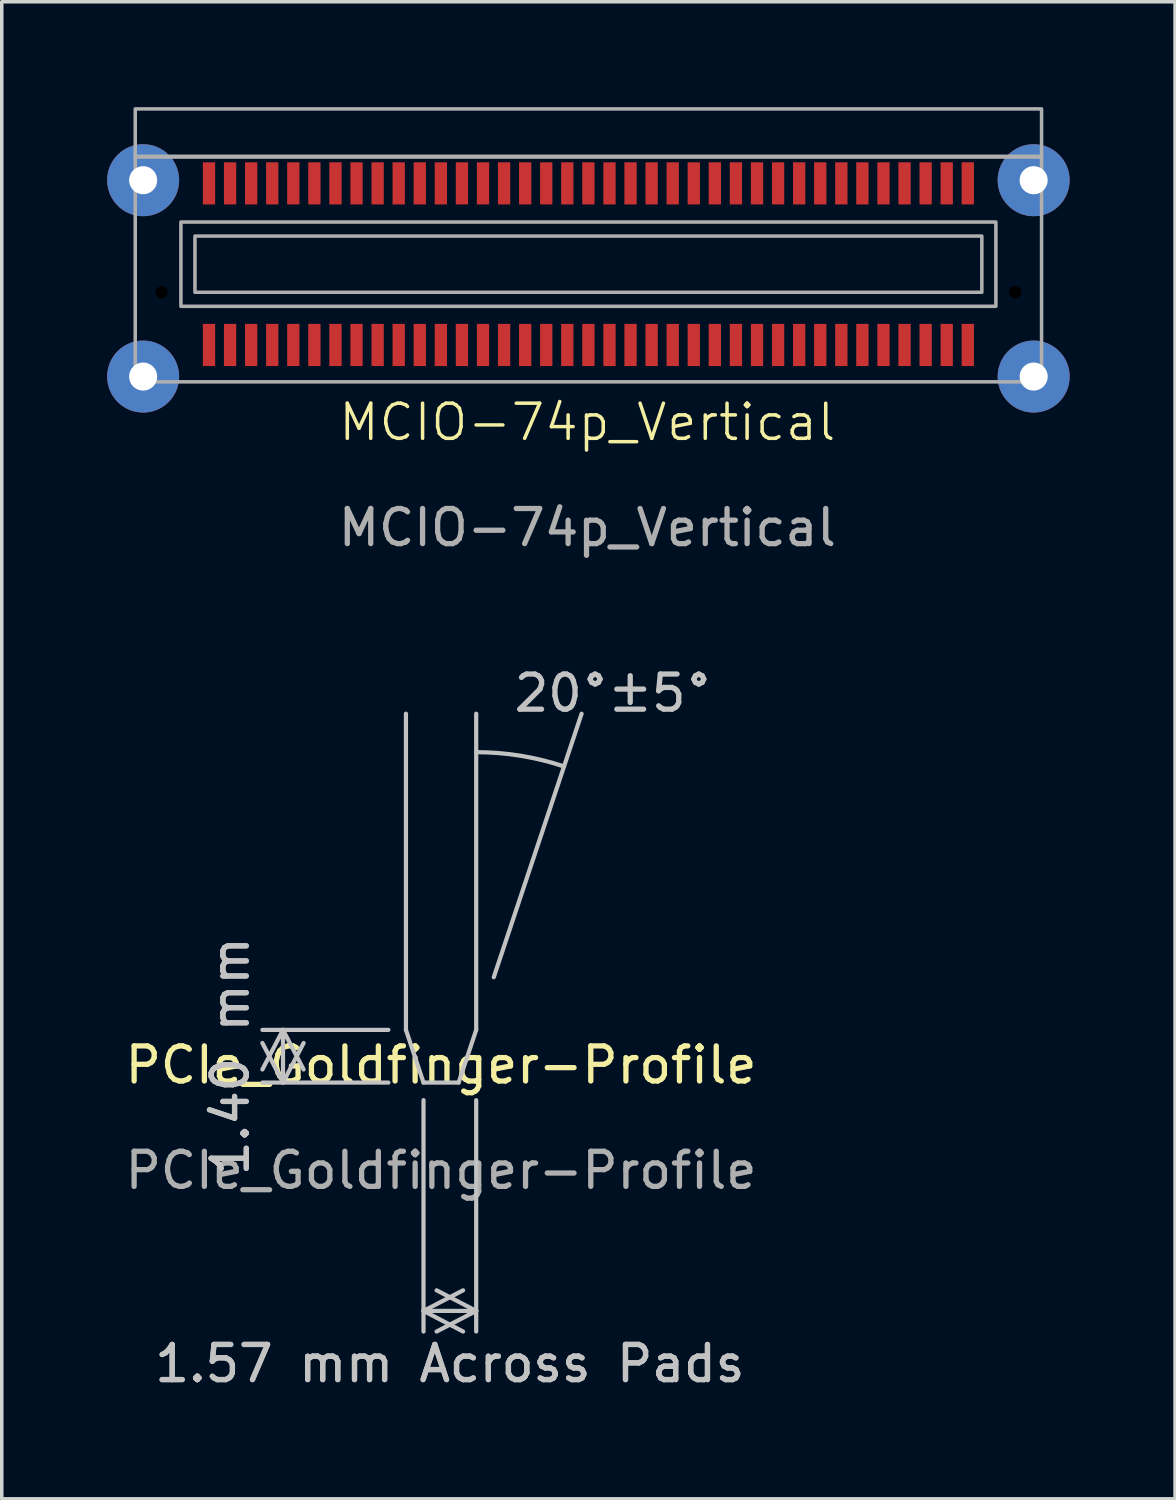
<source format=kicad_pcb>
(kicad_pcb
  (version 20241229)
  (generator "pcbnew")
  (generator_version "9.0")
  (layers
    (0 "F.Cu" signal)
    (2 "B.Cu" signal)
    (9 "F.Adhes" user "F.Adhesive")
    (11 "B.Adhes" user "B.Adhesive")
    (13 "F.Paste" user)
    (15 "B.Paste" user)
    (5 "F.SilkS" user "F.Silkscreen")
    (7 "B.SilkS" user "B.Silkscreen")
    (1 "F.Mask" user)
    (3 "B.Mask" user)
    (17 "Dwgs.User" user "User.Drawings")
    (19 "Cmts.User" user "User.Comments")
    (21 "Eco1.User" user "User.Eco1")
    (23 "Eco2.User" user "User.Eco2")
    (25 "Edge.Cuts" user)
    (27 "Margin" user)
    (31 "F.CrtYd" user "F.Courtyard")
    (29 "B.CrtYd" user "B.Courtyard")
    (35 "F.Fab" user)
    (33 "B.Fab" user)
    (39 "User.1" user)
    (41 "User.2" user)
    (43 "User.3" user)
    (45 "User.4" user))
  (footprint "PCIe_Goldfinger-Profile"
    (layer "F.Cu")
    (at 9.506 27.768)
    (property "Reference" "PCIe_Goldfinger-Profile" (at 0 -0.5 0) (unlocked yes) (layer "F.SilkS") (effects (font (size 1 1) (thickness 0.15))))
    (attr smd)
    (fp_line (start -1 -10.5) (end -1 -1.5) (stroke (width 0.12) (type default)) (layer "Dwgs.User"))
    (fp_line (start -1 -1.5) (end -0.5 0) (stroke (width 0.12) (type default)) (layer "Dwgs.User"))
    (fp_line (start -0.5 0) (end 0.5 0) (stroke (width 0.12) (type default)) (layer "Dwgs.User"))
    (fp_line (start 0.5 0) (end 1 -1.5) (stroke (width 0.12) (type default)) (layer "Dwgs.User"))
    (fp_line (start 1 -1.5) (end 1 -10.5) (stroke (width 0.12) (type default)) (layer "Dwgs.User"))
    (fp_line (start 1.5 -3) (end 4 -10.5) (stroke (width 0.12) (type default)) (layer "Dwgs.User"))
    (fp_arc (start 1 -9.405694) (mid 2.266352 -9.303611) (end 3.5 -9) (stroke (width 0.12) (type default)) (layer "Dwgs.User"))
    (fp_text user "20°±5°" (at 2 -10.5 0) (unlocked yes) (layer "Dwgs.User") (effects (font (size 1 1) (thickness 0.15)) (justify left bottom)))
    (fp_text user "${REFERENCE}" (at 0 2.5 0) (unlocked yes) (layer "F.Fab") (effects (font (size 1 1) (thickness 0.15))))
    (dimension (type orthogonal) (layer "Dwgs.User") (pts (xy 9.006 27.768) (xy 10.506 27.768)) (height 6.5) (orientation 0) (format (prefix "") (suffix " Across Pads") (units 3) (units_format 1) (precision 2) (override_value "1.57")) (style (thickness 0.12) (arrow_length 1.27) (text_position_mode 2) (arrow_direction outward) (extension_height 0.586) (extension_offset 0.5) (keep_text_aligned yes)) (gr_text "1.57 mm Across Pads" (at 9.756 35.768 0) (layer "Dwgs.User") (effects (font (size 1 1) (thickness 0.15)))))
    (dimension (type orthogonal) (layer "Dwgs.User") (pts (xy 8.506 26.268) (xy 8.506 27.768)) (height -3.5) (orientation 1) (format (prefix "") (suffix "") (units 3) (units_format 1) (precision 4) (override_value "1.40")) (style (thickness 0.12) (arrow_length 1.27) (text_position_mode 2) (arrow_direction outward) (extension_height 0.586) (extension_offset 0.5) (keep_text_aligned yes)) (gr_text "1.40 mm" (at 3.506 27.018 90) (layer "Dwgs.User") (effects (font (size 1 1) (thickness 0.15))))))
  (footprint "MCIO-74p_Vertical"
    (layer "F.Cu")
    (at 13.7 5.27)
    (property "Reference" "MCIO-74p_Vertical" (at -0.03 3.7 0) (unlocked yes) (layer "F.SilkS") (effects (font (size 1 1) (thickness 0.1))))
    (attr smd)
    (fp_rect (start -12.9 -3.85) (end 12.9 -5.22) (stroke (width 0.1) (type solid)) (fill no) (layer "F.Fab"))
    (fp_rect (start -12.9 2.55) (end 12.9 -3.87) (stroke (width 0.1) (type solid)) (fill no) (layer "F.Fab"))
    (fp_rect (start -11.6 -2) (end 11.6 0.4) (stroke (width 0.1) (type solid)) (fill no) (layer "F.Fab"))
    (fp_rect (start -11.2 -1.6) (end 11.2 0) (stroke (width 0.1) (type solid)) (fill no) (layer "F.Fab"))
    (fp_text user "${REFERENCE}" (at -0.03 6.7 0) (unlocked yes) (layer "F.Fab") (effects (font (size 1 1) (thickness 0.15))))
    (pad "" thru_hole circle (at -12.675 -3.19) (size 2.05 2.05) (drill 0.8) (layers "*.Cu" "*.Mask"))
    (pad "" thru_hole circle (at -12.675 2.4) (size 2.05 2.05) (drill 0.8) (layers "*.Cu" "*.Mask"))
    (pad "" np_thru_hole circle (at -12.15 0) (size 0.35 0.35) (drill 1.3) (layers "*.Mask"))
    (pad "" np_thru_hole circle (at 12.15 0) (size 0.35 0.35) (drill 1.3) (layers "*.Mask"))
    (pad "" thru_hole circle (at 12.675 -3.19) (size 2.05 2.05) (drill 0.8) (layers "*.Cu" "*.Mask"))
    (pad "" thru_hole circle (at 12.675 2.4) (size 2.05 2.05) (drill 0.8) (layers "*.Cu" "*.Mask"))
    (pad "A1" smd rect (at -10.8 1.5) (size 0.35 1.2) (layers "F.Cu" "F.Mask" "F.Paste"))
    (pad "A2" smd rect (at -10.2 1.5) (size 0.35 1.2) (layers "F.Cu" "F.Mask" "F.Paste"))
    (pad "A3" smd rect (at -9.6 1.5) (size 0.35 1.2) (layers "F.Cu" "F.Mask" "F.Paste"))
    (pad "A4" smd rect (at -9 1.5) (size 0.35 1.2) (layers "F.Cu" "F.Mask" "F.Paste"))
    (pad "A5" smd rect (at -8.4 1.5) (size 0.35 1.2) (layers "F.Cu" "F.Mask" "F.Paste"))
    (pad "A6" smd rect (at -7.8 1.5) (size 0.35 1.2) (layers "F.Cu" "F.Mask" "F.Paste"))
    (pad "A7" smd rect (at -7.2 1.5) (size 0.35 1.2) (layers "F.Cu" "F.Mask" "F.Paste"))
    (pad "A8" smd rect (at -6.6 1.5) (size 0.35 1.2) (layers "F.Cu" "F.Mask" "F.Paste"))
    (pad "A9" smd rect (at -6 1.5) (size 0.35 1.2) (layers "F.Cu" "F.Mask" "F.Paste"))
    (pad "A10" smd rect (at -5.4 1.5) (size 0.35 1.2) (layers "F.Cu" "F.Mask" "F.Paste"))
    (pad "A11" smd rect (at -4.8 1.5) (size 0.35 1.2) (layers "F.Cu" "F.Mask" "F.Paste"))
    (pad "A12" smd rect (at -4.2 1.5) (size 0.35 1.2) (layers "F.Cu" "F.Mask" "F.Paste"))
    (pad "A13" smd rect (at -3.6 1.5) (size 0.35 1.2) (layers "F.Cu" "F.Mask" "F.Paste"))
    (pad "A14" smd rect (at -3 1.5) (size 0.35 1.2) (layers "F.Cu" "F.Mask" "F.Paste"))
    (pad "A15" smd rect (at -2.4 1.5) (size 0.35 1.2) (layers "F.Cu" "F.Mask" "F.Paste"))
    (pad "A16" smd rect (at -1.8 1.5) (size 0.35 1.2) (layers "F.Cu" "F.Mask" "F.Paste"))
    (pad "A17" smd rect (at -1.2 1.5) (size 0.35 1.2) (layers "F.Cu" "F.Mask" "F.Paste"))
    (pad "A18" smd rect (at -0.6 1.5) (size 0.35 1.2) (layers "F.Cu" "F.Mask" "F.Paste"))
    (pad "A19" smd rect (at 0 1.5) (size 0.35 1.2) (layers "F.Cu" "F.Mask" "F.Paste"))
    (pad "A20" smd rect (at 0.6 1.5) (size 0.35 1.2) (layers "F.Cu" "F.Mask" "F.Paste"))
    (pad "A21" smd rect (at 1.2 1.5) (size 0.35 1.2) (layers "F.Cu" "F.Mask" "F.Paste"))
    (pad "A22" smd rect (at 1.8 1.5) (size 0.35 1.2) (layers "F.Cu" "F.Mask" "F.Paste"))
    (pad "A23" smd rect (at 2.4 1.5) (size 0.35 1.2) (layers "F.Cu" "F.Mask" "F.Paste"))
    (pad "A24" smd rect (at 3 1.5) (size 0.35 1.2) (layers "F.Cu" "F.Mask" "F.Paste"))
    (pad "A25" smd rect (at 3.6 1.5) (size 0.35 1.2) (layers "F.Cu" "F.Mask" "F.Paste"))
    (pad "A26" smd rect (at 4.2 1.5) (size 0.35 1.2) (layers "F.Cu" "F.Mask" "F.Paste"))
    (pad "A27" smd rect (at 4.8 1.5) (size 0.35 1.2) (layers "F.Cu" "F.Mask" "F.Paste"))
    (pad "A28" smd rect (at 5.4 1.5) (size 0.35 1.2) (layers "F.Cu" "F.Mask" "F.Paste"))
    (pad "A29" smd rect (at 6 1.5) (size 0.35 1.2) (layers "F.Cu" "F.Mask" "F.Paste"))
    (pad "A30" smd rect (at 6.6 1.5) (size 0.35 1.2) (layers "F.Cu" "F.Mask" "F.Paste"))
    (pad "A31" smd rect (at 7.2 1.5) (size 0.35 1.2) (layers "F.Cu" "F.Mask" "F.Paste"))
    (pad "A32" smd rect (at 7.8 1.5) (size 0.35 1.2) (layers "F.Cu" "F.Mask" "F.Paste"))
    (pad "A33" smd rect (at 8.4 1.5) (size 0.35 1.2) (layers "F.Cu" "F.Mask" "F.Paste"))
    (pad "A34" smd rect (at 9 1.5) (size 0.35 1.2) (layers "F.Cu" "F.Mask" "F.Paste"))
    (pad "A35" smd rect (at 9.6 1.5) (size 0.35 1.2) (layers "F.Cu" "F.Mask" "F.Paste"))
    (pad "A36" smd rect (at 10.2 1.5) (size 0.35 1.2) (layers "F.Cu" "F.Mask" "F.Paste"))
    (pad "A37" smd rect (at 10.8 1.5) (size 0.35 1.2) (layers "F.Cu" "F.Mask" "F.Paste"))
    (pad "B1" smd rect (at -10.8 -3.1) (size 0.35 1.2) (layers "F.Cu" "F.Mask" "F.Paste"))
    (pad "B2" smd rect (at -10.2 -3.1) (size 0.35 1.2) (layers "F.Cu" "F.Mask" "F.Paste"))
    (pad "B3" smd rect (at -9.6 -3.1) (size 0.35 1.2) (layers "F.Cu" "F.Mask" "F.Paste"))
    (pad "B4" smd rect (at -9 -3.1) (size 0.35 1.2) (layers "F.Cu" "F.Mask" "F.Paste"))
    (pad "B5" smd rect (at -8.4 -3.1) (size 0.35 1.2) (layers "F.Cu" "F.Mask" "F.Paste"))
    (pad "B6" smd rect (at -7.8 -3.1) (size 0.35 1.2) (layers "F.Cu" "F.Mask" "F.Paste"))
    (pad "B7" smd rect (at -7.2 -3.1) (size 0.35 1.2) (layers "F.Cu" "F.Mask" "F.Paste"))
    (pad "B8" smd rect (at -6.6 -3.1) (size 0.35 1.2) (layers "F.Cu" "F.Mask" "F.Paste"))
    (pad "B9" smd rect (at -6 -3.1) (size 0.35 1.2) (layers "F.Cu" "F.Mask" "F.Paste"))
    (pad "B10" smd rect (at -5.4 -3.1) (size 0.35 1.2) (layers "F.Cu" "F.Mask" "F.Paste"))
    (pad "B11" smd rect (at -4.8 -3.1) (size 0.35 1.2) (layers "F.Cu" "F.Mask" "F.Paste"))
    (pad "B12" smd rect (at -4.2 -3.1) (size 0.35 1.2) (layers "F.Cu" "F.Mask" "F.Paste"))
    (pad "B13" smd rect (at -3.6 -3.1) (size 0.35 1.2) (layers "F.Cu" "F.Mask" "F.Paste"))
    (pad "B14" smd rect (at -3 -3.1) (size 0.35 1.2) (layers "F.Cu" "F.Mask" "F.Paste"))
    (pad "B15" smd rect (at -2.4 -3.1) (size 0.35 1.2) (layers "F.Cu" "F.Mask" "F.Paste"))
    (pad "B16" smd rect (at -1.8 -3.1) (size 0.35 1.2) (layers "F.Cu" "F.Mask" "F.Paste"))
    (pad "B17" smd rect (at -1.2 -3.1) (size 0.35 1.2) (layers "F.Cu" "F.Mask" "F.Paste"))
    (pad "B18" smd rect (at -0.6 -3.1) (size 0.35 1.2) (layers "F.Cu" "F.Mask" "F.Paste"))
    (pad "B19" smd rect (at 0 -3.1) (size 0.35 1.2) (layers "F.Cu" "F.Mask" "F.Paste"))
    (pad "B20" smd rect (at 0.6 -3.1) (size 0.35 1.2) (layers "F.Cu" "F.Mask" "F.Paste"))
    (pad "B21" smd rect (at 1.2 -3.1) (size 0.35 1.2) (layers "F.Cu" "F.Mask" "F.Paste"))
    (pad "B22" smd rect (at 1.8 -3.1) (size 0.35 1.2) (layers "F.Cu" "F.Mask" "F.Paste"))
    (pad "B23" smd rect (at 2.4 -3.1) (size 0.35 1.2) (layers "F.Cu" "F.Mask" "F.Paste"))
    (pad "B24" smd rect (at 3 -3.1) (size 0.35 1.2) (layers "F.Cu" "F.Mask" "F.Paste"))
    (pad "B25" smd rect (at 3.6 -3.1) (size 0.35 1.2) (layers "F.Cu" "F.Mask" "F.Paste"))
    (pad "B26" smd rect (at 4.2 -3.1) (size 0.35 1.2) (layers "F.Cu" "F.Mask" "F.Paste"))
    (pad "B27" smd rect (at 4.8 -3.1) (size 0.35 1.2) (layers "F.Cu" "F.Mask" "F.Paste"))
    (pad "B28" smd rect (at 5.4 -3.1) (size 0.35 1.2) (layers "F.Cu" "F.Mask" "F.Paste"))
    (pad "B29" smd rect (at 6 -3.1) (size 0.35 1.2) (layers "F.Cu" "F.Mask" "F.Paste"))
    (pad "B30" smd rect (at 6.6 -3.1) (size 0.35 1.2) (layers "F.Cu" "F.Mask" "F.Paste"))
    (pad "B31" smd rect (at 7.2 -3.1) (size 0.35 1.2) (layers "F.Cu" "F.Mask" "F.Paste"))
    (pad "B32" smd rect (at 7.8 -3.1) (size 0.35 1.2) (layers "F.Cu" "F.Mask" "F.Paste"))
    (pad "B33" smd rect (at 8.4 -3.1) (size 0.35 1.2) (layers "F.Cu" "F.Mask" "F.Paste"))
    (pad "B34" smd rect (at 9 -3.1) (size 0.35 1.2) (layers "F.Cu" "F.Mask" "F.Paste"))
    (pad "B35" smd rect (at 9.6 -3.1) (size 0.35 1.2) (layers "F.Cu" "F.Mask" "F.Paste"))
    (pad "B36" smd rect (at 10.2 -3.1) (size 0.35 1.2) (layers "F.Cu" "F.Mask" "F.Paste"))
    (pad "B37" smd rect (at 10.8 -3.1) (size 0.35 1.2) (layers "F.Cu" "F.Mask" "F.Paste"))
    (zone (net_name "") (layer "F.Cu") (hatch edge 0.2) (connect_pads) (min_thickness 0.25) (filled_areas_thickness no) (keepout (tracks not_allowed) (vias not_allowed) (pads allowed) (copperpour not_allowed) (footprints allowed)) (placement (enabled no)) (fill) (polygon (pts (xy 0.225 1.632) (xy 1.025 1.632) (xy 1.025 2.432) (xy 0.225 2.432))))
    (zone (net_name "") (layer "F.Cu") (hatch edge 0.2) (connect_pads) (min_thickness 0.25) (filled_areas_thickness no) (keepout (tracks not_allowed) (vias not_allowed) (pads allowed) (copperpour not_allowed) (footprints allowed)) (placement (enabled no)) (fill) (polygon (pts (xy 1.825 8.108) (xy 1.025 8.108) (xy 1.025 7.308) (xy 1.825 7.308))))
    (zone (net_name "") (layer "F.Cu") (hatch edge 0.2) (connect_pads) (min_thickness 0.25) (filled_areas_thickness no) (keepout (tracks not_allowed) (vias not_allowed) (pads allowed) (copperpour not_allowed) (footprints allowed)) (placement (enabled no)) (fill) (polygon (pts (xy 25.575 7.232) (xy 26.375 7.232) (xy 26.375 8.032) (xy 25.575 8.032))))
    (zone (net_name "") (layer "F.Cu") (hatch edge 0.2) (connect_pads) (min_thickness 0.25) (filled_areas_thickness no) (keepout (tracks not_allowed) (vias not_allowed) (pads allowed) (copperpour not_allowed) (footprints allowed)) (placement (enabled no)) (fill) (polygon (pts (xy 27.175 2.518) (xy 26.375 2.518) (xy 26.375 1.718) (xy 27.175 1.718)))))
  (gr_rect
    (start -3 -3)
    (end 30.4 39.617)
    (stroke (width 0.1) (type default))
    (fill no)
    (layer "Edge.Cuts")))
</source>
